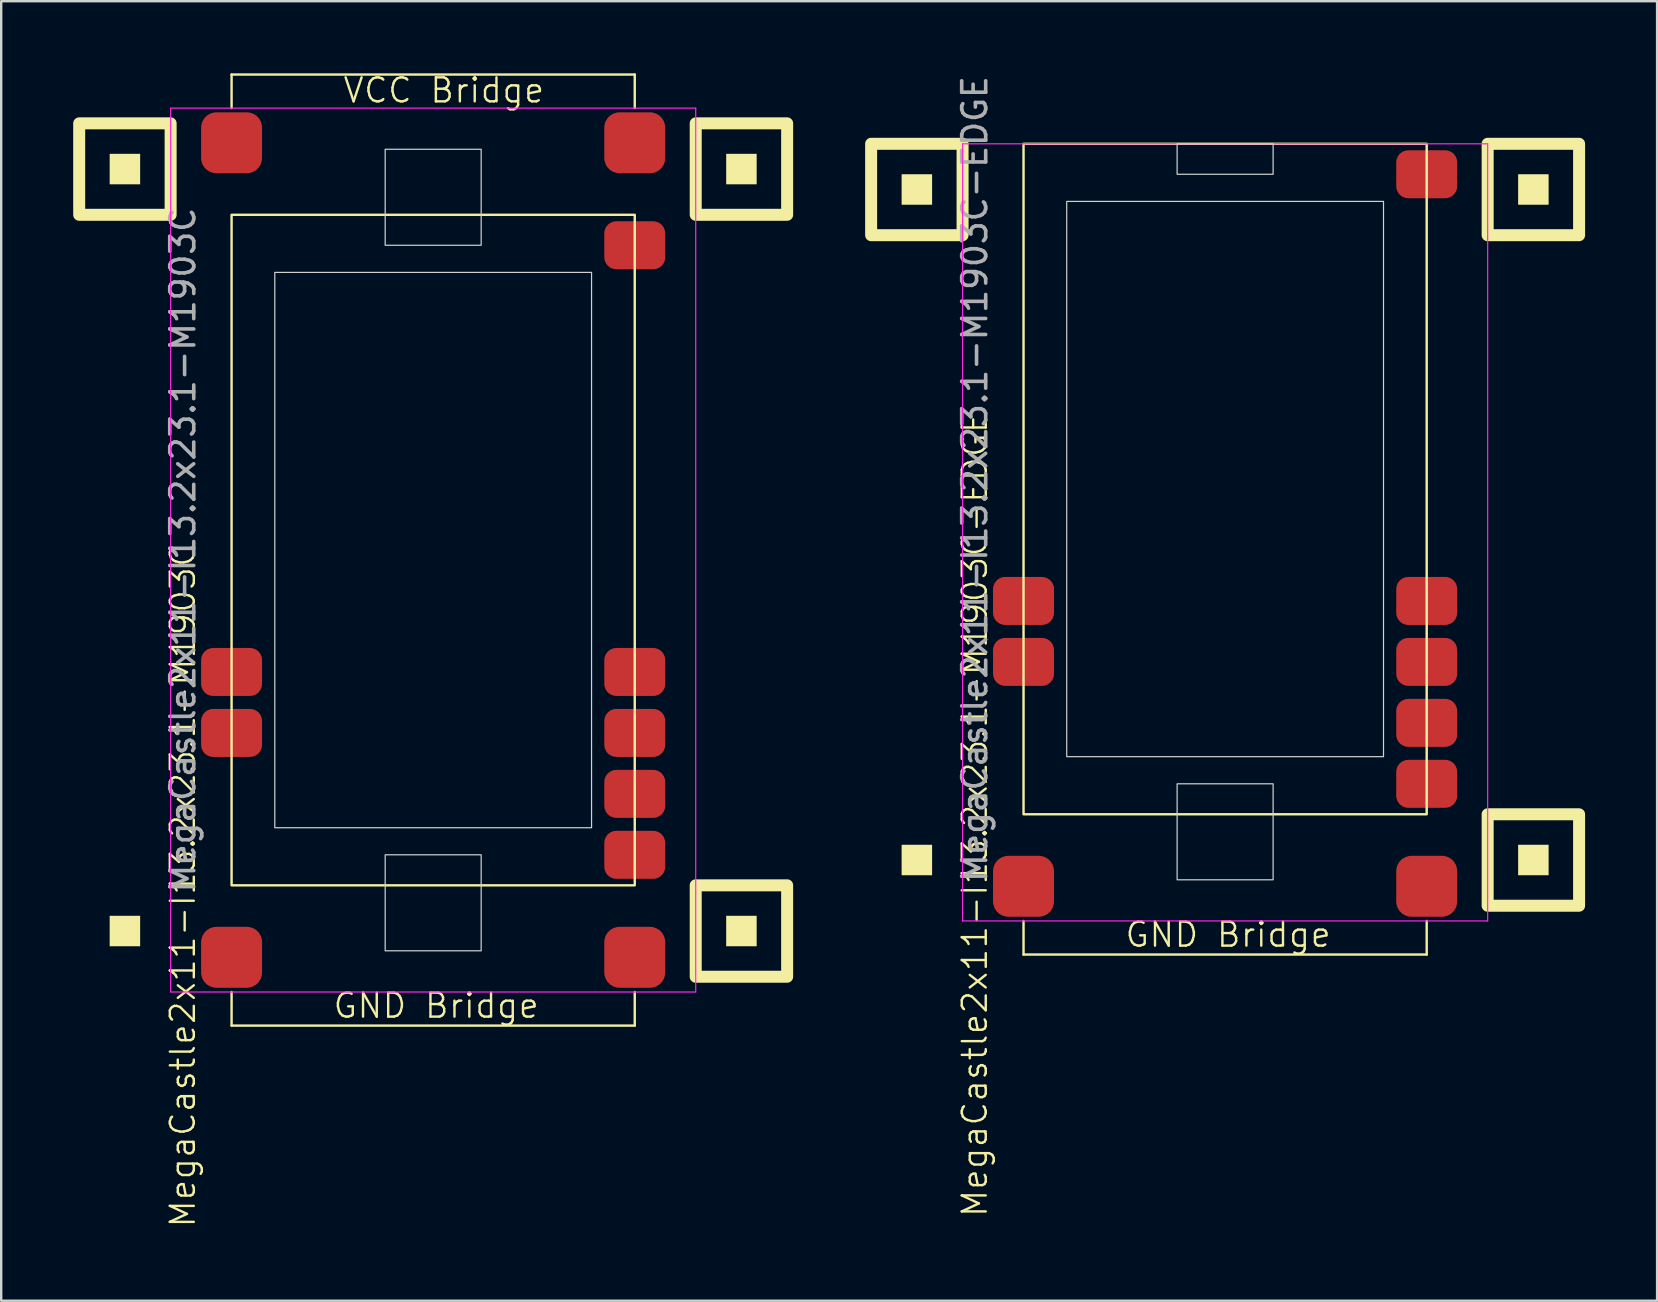
<source format=kicad_pcb>
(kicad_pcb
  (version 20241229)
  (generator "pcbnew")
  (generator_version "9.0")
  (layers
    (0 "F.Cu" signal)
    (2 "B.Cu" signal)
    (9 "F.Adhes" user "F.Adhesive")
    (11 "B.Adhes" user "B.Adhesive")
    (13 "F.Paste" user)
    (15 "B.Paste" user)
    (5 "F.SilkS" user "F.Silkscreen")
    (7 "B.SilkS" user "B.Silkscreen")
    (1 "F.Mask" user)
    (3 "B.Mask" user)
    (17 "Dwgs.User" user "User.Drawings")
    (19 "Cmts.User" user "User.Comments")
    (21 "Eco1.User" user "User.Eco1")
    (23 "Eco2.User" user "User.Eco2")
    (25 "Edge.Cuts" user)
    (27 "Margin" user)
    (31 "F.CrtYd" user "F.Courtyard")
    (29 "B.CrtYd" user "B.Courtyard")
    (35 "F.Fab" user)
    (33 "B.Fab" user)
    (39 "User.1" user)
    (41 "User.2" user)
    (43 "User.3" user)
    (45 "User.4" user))
  (footprint "MegaCastle2x11-I13.2x23.1-M1903C-EDGE"
    (layer "F.Cu")
    (at 48 16.911)
    (property "Reference" "MegaCastle2x11-I13.2x23.1-M1903C-EDGE" (at -10.432 13.97 90) (unlocked yes) (layer "F.SilkS") (effects (font (size 1 1) (thickness 0.1))))
    (attr smd)
    (fp_line (start -8.4 18.415) (end -8.4 19.815) (stroke (width 0.1) (type default)) (layer "F.SilkS"))
    (fp_line (start -8.4 19.815) (end 8.4 19.815) (stroke (width 0.1) (type default)) (layer "F.SilkS"))
    (fp_line (start 8.4 18.415) (end 8.4 19.815) (stroke (width 0.1) (type default)) (layer "F.SilkS"))
    (fp_rect (start -12.21 -11.43) (end -13.48 -12.7) (stroke (width 0) (type solid)) (fill yes) (layer "F.SilkS"))
    (fp_rect (start -12.21 16.51) (end -13.48 15.24) (stroke (width 0) (type solid)) (fill yes) (layer "F.SilkS"))
    (fp_rect (start -10.94 -10.16) (end -14.75 -13.97) (stroke (width 0.5) (type default)) (fill no) (layer "F.SilkS"))
    (fp_rect (start -8.4 -13.97) (end 8.4 13.97) (stroke (width 0.1) (type default)) (fill no) (layer "F.SilkS"))
    (fp_rect (start 13.48 -11.43) (end 12.21 -12.7) (stroke (width 0) (type solid)) (fill yes) (layer "F.SilkS"))
    (fp_rect (start 13.48 16.51) (end 12.21 15.24) (stroke (width 0) (type solid)) (fill yes) (layer "F.SilkS"))
    (fp_rect (start 14.75 -10.16) (end 10.94 -13.97) (stroke (width 0.5) (type default)) (fill no) (layer "F.SilkS"))
    (fp_rect (start 14.75 17.78) (end 10.94 13.97) (stroke (width 0.5) (type default)) (fill no) (layer "F.SilkS"))
    (fp_rect (start -6.6 -11.57) (end 6.6 11.57) (stroke (width 0.05) (type default)) (fill no) (layer "Edge.Cuts"))
    (fp_rect (start -2 -12.7) (end 2 -13.97) (stroke (width 0.05) (type default)) (fill no) (layer "Edge.Cuts"))
    (fp_rect (start -2 12.7) (end 2 16.7) (stroke (width 0.05) (type default)) (fill no) (layer "Edge.Cuts"))
    (fp_line (start -10.94 -13.97) (end -10.94 18.415) (stroke (width 0.05) (type default)) (layer "F.CrtYd"))
    (fp_line (start -10.94 18.415) (end 10.94 18.415) (stroke (width 0.05) (type default)) (layer "F.CrtYd"))
    (fp_line (start 10.94 -13.97) (end -10.94 -13.97) (stroke (width 0.05) (type default)) (layer "F.CrtYd"))
    (fp_line (start 10.94 -13.97) (end 10.94 18.415) (stroke (width 0.05) (type default)) (layer "F.CrtYd"))
    (fp_text user "GND Bridge" (at -4.226 19.57 0) (unlocked yes) (layer "F.SilkS") (effects (font (size 1 1) (thickness 0.1)) (justify left bottom)))
    (fp_text user "${REFERENCE}" (at -10.432 0 90) (unlocked yes) (layer "F.Fab") (effects (font (size 1 1) (thickness 0.15))))
    (pad "8" smd roundrect (at -8.4 5.08) (size 2.54 2) (layers "F.Cu" "F.Mask" "F.Paste") (roundrect_rratio 0.25))
    (pad "9" smd roundrect (at -8.4 7.62) (size 2.54 2) (layers "F.Cu" "F.Mask" "F.Paste") (roundrect_rratio 0.25))
    (pad "12" smd roundrect (at 8.4 -12.7) (size 2.54 2) (layers "F.Cu" "F.Mask" "F.Paste") (roundrect_rratio 0.25))
    (pad "19" smd roundrect (at 8.4 5.08) (size 2.54 2) (layers "F.Cu" "F.Mask" "F.Paste") (roundrect_rratio 0.25))
    (pad "20" smd roundrect (at 8.4 7.62) (size 2.54 2) (layers "F.Cu" "F.Mask" "F.Paste") (roundrect_rratio 0.25))
    (pad "21" smd roundrect (at 8.4 10.16) (size 2.54 2) (layers "F.Cu" "F.Mask" "F.Paste") (roundrect_rratio 0.25))
    (pad "22" smd roundrect (at 8.4 12.7) (size 2.54 2) (layers "F.Cu" "F.Mask" "F.Paste") (roundrect_rratio 0.25))
    (pad "B1" smd roundrect (at -8.4 16.97) (size 2.54 2.54) (layers "F.Cu" "F.Mask" "F.Paste") (roundrect_rratio 0.25))
    (pad "B2" smd roundrect (at 8.4 16.97) (size 2.54 2.54) (layers "F.Cu" "F.Mask" "F.Paste") (roundrect_rratio 0.25)))
  (footprint "MegaCastle2x11-I13.2x23.1-M1903C"
    (layer "F.Cu")
    (at 15 19.87)
    (property "Reference" "MegaCastle2x11-I13.2x23.1-M1903C" (at -10.432 13.97 90) (unlocked yes) (layer "F.SilkS") (effects (font (size 1 1) (thickness 0.1))))
    (attr smd)
    (fp_line (start -8.4 -19.815) (end 8.4 -19.815) (stroke (width 0.1) (type default)) (layer "F.SilkS"))
    (fp_line (start -8.4 -18.415) (end -8.4 -19.815) (stroke (width 0.1) (type default)) (layer "F.SilkS"))
    (fp_line (start -8.4 18.415) (end -8.4 19.815) (stroke (width 0.1) (type default)) (layer "F.SilkS"))
    (fp_line (start -8.4 19.815) (end 8.4 19.815) (stroke (width 0.1) (type default)) (layer "F.SilkS"))
    (fp_line (start 8.4 -18.415) (end 8.4 -19.815) (stroke (width 0.1) (type default)) (layer "F.SilkS"))
    (fp_line (start 8.4 18.415) (end 8.4 19.815) (stroke (width 0.1) (type default)) (layer "F.SilkS"))
    (fp_rect (start -12.21 -15.24) (end -13.48 -16.51) (stroke (width 0) (type solid)) (fill yes) (layer "F.SilkS"))
    (fp_rect (start -12.21 16.51) (end -13.48 15.24) (stroke (width 0) (type solid)) (fill yes) (layer "F.SilkS"))
    (fp_rect (start -10.94 -13.97) (end -14.75 -17.78) (stroke (width 0.5) (type default)) (fill no) (layer "F.SilkS"))
    (fp_rect (start -8.4 -13.97) (end 8.4 13.97) (stroke (width 0.1) (type default)) (fill no) (layer "F.SilkS"))
    (fp_rect (start 13.48 -15.24) (end 12.21 -16.51) (stroke (width 0) (type solid)) (fill yes) (layer "F.SilkS"))
    (fp_rect (start 13.48 16.51) (end 12.21 15.24) (stroke (width 0) (type solid)) (fill yes) (layer "F.SilkS"))
    (fp_rect (start 14.75 -13.97) (end 10.94 -17.78) (stroke (width 0.5) (type default)) (fill no) (layer "F.SilkS"))
    (fp_rect (start 14.75 17.78) (end 10.94 13.97) (stroke (width 0.5) (type default)) (fill no) (layer "F.SilkS"))
    (fp_rect (start -6.6 -11.57) (end 6.6 11.57) (stroke (width 0.05) (type default)) (fill no) (layer "Edge.Cuts"))
    (fp_rect (start -2 -12.7) (end 2 -16.7) (stroke (width 0.05) (type default)) (fill no) (layer "Edge.Cuts"))
    (fp_rect (start -2 12.7) (end 2 16.7) (stroke (width 0.05) (type default)) (fill no) (layer "Edge.Cuts"))
    (fp_line (start -10.94 -18.415) (end -10.94 18.415) (stroke (width 0.05) (type default)) (layer "F.CrtYd"))
    (fp_line (start -10.94 18.415) (end 10.94 18.415) (stroke (width 0.05) (type default)) (layer "F.CrtYd"))
    (fp_line (start 10.94 -18.415) (end -10.94 -18.415) (stroke (width 0.05) (type default)) (layer "F.CrtYd"))
    (fp_line (start 10.94 -18.415) (end 10.94 18.415) (stroke (width 0.05) (type default)) (layer "F.CrtYd"))
    (fp_text user "GND Bridge" (at -4.226 19.57 0) (unlocked yes) (layer "F.SilkS") (effects (font (size 1 1) (thickness 0.1)) (justify left bottom)))
    (fp_text user "VCC Bridge" (at -3.81 -18.57 0) (unlocked yes) (layer "F.SilkS") (effects (font (size 1 1) (thickness 0.1)) (justify left bottom)))
    (fp_text user "${REFERENCE}" (at -10.432 0 90) (unlocked yes) (layer "F.Fab") (effects (font (size 1 1) (thickness 0.15))))
    (pad "8" smd roundrect (at -8.4 5.08) (size 2.54 2) (layers "F.Cu" "F.Mask" "F.Paste") (roundrect_rratio 0.25))
    (pad "9" smd roundrect (at -8.4 7.62) (size 2.54 2) (layers "F.Cu" "F.Mask" "F.Paste") (roundrect_rratio 0.25))
    (pad "12" smd roundrect (at 8.4 -12.7) (size 2.54 2) (layers "F.Cu" "F.Mask" "F.Paste") (roundrect_rratio 0.25))
    (pad "19" smd roundrect (at 8.4 5.08) (size 2.54 2) (layers "F.Cu" "F.Mask" "F.Paste") (roundrect_rratio 0.25))
    (pad "20" smd roundrect (at 8.4 7.62) (size 2.54 2) (layers "F.Cu" "F.Mask" "F.Paste") (roundrect_rratio 0.25))
    (pad "21" smd roundrect (at 8.4 10.16) (size 2.54 2) (layers "F.Cu" "F.Mask" "F.Paste") (roundrect_rratio 0.25))
    (pad "22" smd roundrect (at 8.4 12.7) (size 2.54 2) (layers "F.Cu" "F.Mask" "F.Paste") (roundrect_rratio 0.25))
    (pad "A1" smd roundrect (at -8.4 -16.97) (size 2.54 2.54) (layers "F.Cu" "F.Mask" "F.Paste") (roundrect_rratio 0.25))
    (pad "A2" smd roundrect (at 8.4 -16.97) (size 2.54 2.54) (layers "F.Cu" "F.Mask" "F.Paste") (roundrect_rratio 0.25))
    (pad "B1" smd roundrect (at -8.4 16.97) (size 2.54 2.54) (layers "F.Cu" "F.Mask" "F.Paste") (roundrect_rratio 0.25))
    (pad "B2" smd roundrect (at 8.4 16.97) (size 2.54 2.54) (layers "F.Cu" "F.Mask" "F.Paste") (roundrect_rratio 0.25)))
  (gr_rect
    (start -3 -3)
    (end 66 51.152)
    (stroke (width 0.1) (type default))
    (fill no)
    (layer "Edge.Cuts")))
</source>
